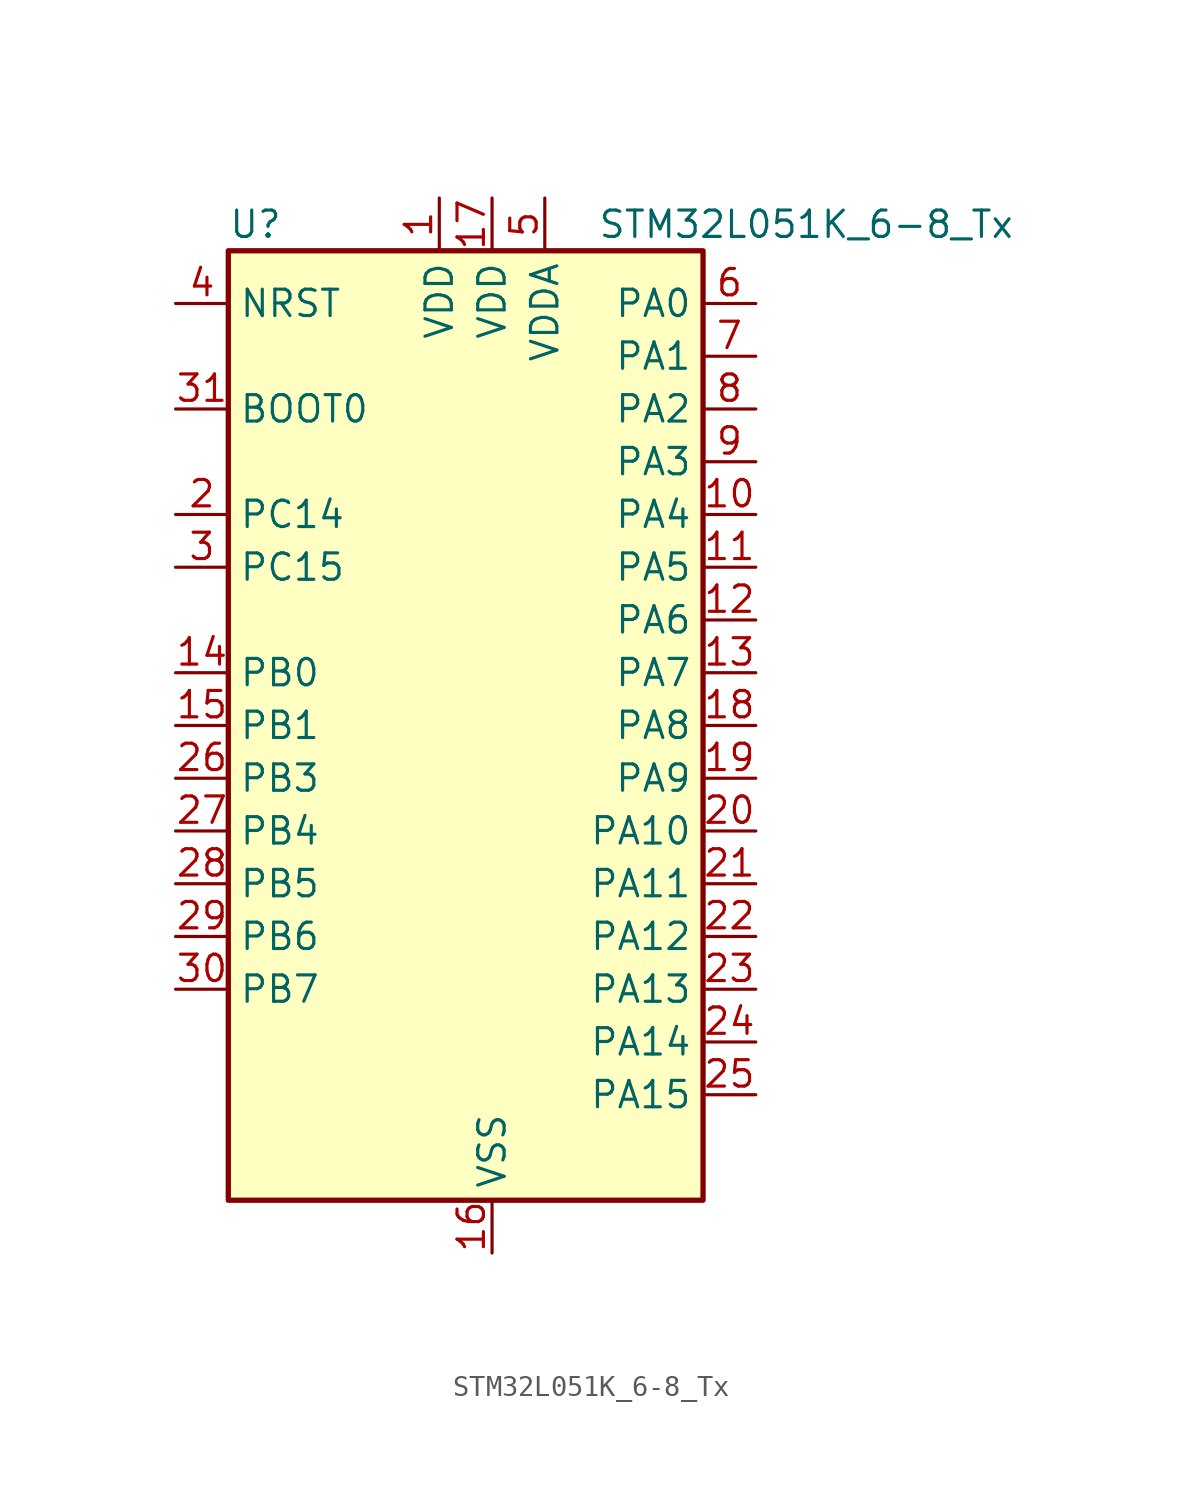
<source format=kicad_sym>
(kicad_symbol_lib
  (version 20231120)
  (generator "kicad_symbol_editor")
  (generator_version "8.0")
  (symbol "STM32L051K_6-8_Tx"
    (property "Reference" "U"
      (at -10.16 24.13 0)
      (effects (font (size 1.27 1.27)) (justify left)))
    (property "Value" "STM32L051K_6-8_Tx"
      (at 7.62 24.13 0)
      (effects (font (size 1.27 1.27)) (justify left)))
    (property "ki_locked" ""
      (at 0 0 0)
      (effects (font (size 1.27 1.27))))
    (symbol "STM32L051K_6-8_Tx_0_1"
      (rectangle (start -10.16 -22.86) (end 12.7 22.86) (stroke (width 0.254) (type default)) (fill (type background))))
    (symbol "STM32L051K_6-8_Tx_1_1"
      (pin power_in line (at 0 25.4 270) (length 2.54) (name "VDD" (effects (font (size 1.27 1.27)))) (number "1" (effects (font (size 1.27 1.27)))))
      (pin bidirectional line (at 15.24 10.16 180) (length 2.54) (name "PA4" (effects (font (size 1.27 1.27)))) (number "10" (effects (font (size 1.27 1.27)))) (alternate "ADC_IN4" bidirectional line) (alternate "COMP1_INM" bidirectional line) (alternate "COMP2_INM" bidirectional line) (alternate "SPI1_NSS" bidirectional line) (alternate "TIM22_ETR" bidirectional line) (alternate "USART2_CK" bidirectional line))
      (pin bidirectional line (at 15.24 7.62 180) (length 2.54) (name "PA5" (effects (font (size 1.27 1.27)))) (number "11" (effects (font (size 1.27 1.27)))) (alternate "ADC_IN5" bidirectional line) (alternate "COMP1_INM" bidirectional line) (alternate "COMP2_INM" bidirectional line) (alternate "SPI1_SCK" bidirectional line) (alternate "TIM2_CH1" bidirectional line) (alternate "TIM2_ETR" bidirectional line))
      (pin bidirectional line (at 15.24 5.08 180) (length 2.54) (name "PA6" (effects (font (size 1.27 1.27)))) (number "12" (effects (font (size 1.27 1.27)))) (alternate "ADC_IN6" bidirectional line) (alternate "COMP1_OUT" bidirectional line) (alternate "SPI1_MISO" bidirectional line) (alternate "TIM22_CH1" bidirectional line))
      (pin bidirectional line (at 15.24 2.54 180) (length 2.54) (name "PA7" (effects (font (size 1.27 1.27)))) (number "13" (effects (font (size 1.27 1.27)))) (alternate "ADC_IN7" bidirectional line) (alternate "COMP2_OUT" bidirectional line) (alternate "SPI1_MOSI" bidirectional line) (alternate "TIM22_CH2" bidirectional line))
      (pin bidirectional line (at -12.7 2.54 0) (length 2.54) (name "PB0" (effects (font (size 1.27 1.27)))) (number "14" (effects (font (size 1.27 1.27)))) (alternate "ADC_IN8" bidirectional line) (alternate "SYS_VREF_OUT_PB0" bidirectional line))
      (pin bidirectional line (at -12.7 0 0) (length 2.54) (name "PB1" (effects (font (size 1.27 1.27)))) (number "15" (effects (font (size 1.27 1.27)))) (alternate "ADC_IN9" bidirectional line) (alternate "SYS_VREF_OUT_PB1" bidirectional line))
      (pin power_in line (at 2.54 -25.4 90) (length 2.54) (name "VSS" (effects (font (size 1.27 1.27)))) (number "16" (effects (font (size 1.27 1.27)))))
      (pin power_in line (at 2.54 25.4 270) (length 2.54) (name "VDD" (effects (font (size 1.27 1.27)))) (number "17" (effects (font (size 1.27 1.27)))))
      (pin bidirectional line (at 15.24 0 180) (length 2.54) (name "PA8" (effects (font (size 1.27 1.27)))) (number "18" (effects (font (size 1.27 1.27)))) (alternate "RCC_MCO" bidirectional line) (alternate "USART1_CK" bidirectional line))
      (pin bidirectional line (at 15.24 -2.54 180) (length 2.54) (name "PA9" (effects (font (size 1.27 1.27)))) (number "19" (effects (font (size 1.27 1.27)))) (alternate "RCC_MCO" bidirectional line) (alternate "USART1_TX" bidirectional line))
      (pin bidirectional line (at -12.7 10.16 0) (length 2.54) (name "PC14" (effects (font (size 1.27 1.27)))) (number "2" (effects (font (size 1.27 1.27)))) (alternate "RCC_OSC32_IN" bidirectional line))
      (pin bidirectional line (at 15.24 -5.08 180) (length 2.54) (name "PA10" (effects (font (size 1.27 1.27)))) (number "20" (effects (font (size 1.27 1.27)))) (alternate "USART1_RX" bidirectional line))
      (pin bidirectional line (at 15.24 -7.62 180) (length 2.54) (name "PA11" (effects (font (size 1.27 1.27)))) (number "21" (effects (font (size 1.27 1.27)))) (alternate "ADC_EXTI11" bidirectional line) (alternate "COMP1_OUT" bidirectional line) (alternate "SPI1_MISO" bidirectional line) (alternate "USART1_CTS" bidirectional line))
      (pin bidirectional line (at 15.24 -10.16 180) (length 2.54) (name "PA12" (effects (font (size 1.27 1.27)))) (number "22" (effects (font (size 1.27 1.27)))) (alternate "COMP2_OUT" bidirectional line) (alternate "SPI1_MOSI" bidirectional line) (alternate "USART1_DE" bidirectional line) (alternate "USART1_RTS" bidirectional line))
      (pin bidirectional line (at 15.24 -12.7 180) (length 2.54) (name "PA13" (effects (font (size 1.27 1.27)))) (number "23" (effects (font (size 1.27 1.27)))) (alternate "SYS_SWDIO" bidirectional line))
      (pin bidirectional line (at 15.24 -15.24 180) (length 2.54) (name "PA14" (effects (font (size 1.27 1.27)))) (number "24" (effects (font (size 1.27 1.27)))) (alternate "SYS_SWCLK" bidirectional line) (alternate "USART2_TX" bidirectional line))
      (pin bidirectional line (at 15.24 -17.78 180) (length 2.54) (name "PA15" (effects (font (size 1.27 1.27)))) (number "25" (effects (font (size 1.27 1.27)))) (alternate "SPI1_NSS" bidirectional line) (alternate "TIM2_CH1" bidirectional line) (alternate "TIM2_ETR" bidirectional line) (alternate "USART2_RX" bidirectional line))
      (pin bidirectional line (at -12.7 -2.54 0) (length 2.54) (name "PB3" (effects (font (size 1.27 1.27)))) (number "26" (effects (font (size 1.27 1.27)))) (alternate "COMP2_INM" bidirectional line) (alternate "SPI1_SCK" bidirectional line) (alternate "TIM2_CH2" bidirectional line))
      (pin bidirectional line (at -12.7 -5.08 0) (length 2.54) (name "PB4" (effects (font (size 1.27 1.27)))) (number "27" (effects (font (size 1.27 1.27)))) (alternate "COMP2_INP" bidirectional line) (alternate "SPI1_MISO" bidirectional line) (alternate "TIM22_CH1" bidirectional line))
      (pin bidirectional line (at -12.7 -7.62 0) (length 2.54) (name "PB5" (effects (font (size 1.27 1.27)))) (number "28" (effects (font (size 1.27 1.27)))) (alternate "COMP2_INP" bidirectional line) (alternate "I2C1_SMBA" bidirectional line) (alternate "LPTIM1_IN1" bidirectional line) (alternate "SPI1_MOSI" bidirectional line) (alternate "TIM22_CH2" bidirectional line))
      (pin bidirectional line (at -12.7 -10.16 0) (length 2.54) (name "PB6" (effects (font (size 1.27 1.27)))) (number "29" (effects (font (size 1.27 1.27)))) (alternate "COMP2_INP" bidirectional line) (alternate "I2C1_SCL" bidirectional line) (alternate "LPTIM1_ETR" bidirectional line) (alternate "USART1_TX" bidirectional line))
      (pin bidirectional line (at -12.7 7.62 0) (length 2.54) (name "PC15" (effects (font (size 1.27 1.27)))) (number "3" (effects (font (size 1.27 1.27)))) (alternate "RCC_OSC32_OUT" bidirectional line))
      (pin bidirectional line (at -12.7 -12.7 0) (length 2.54) (name "PB7" (effects (font (size 1.27 1.27)))) (number "30" (effects (font (size 1.27 1.27)))) (alternate "COMP2_INP" bidirectional line) (alternate "I2C1_SDA" bidirectional line) (alternate "LPTIM1_IN2" bidirectional line) (alternate "SYS_PVD_IN" bidirectional line) (alternate "USART1_RX" bidirectional line))
      (pin input line (at -12.7 15.24 0) (length 2.54) (name "BOOT0" (effects (font (size 1.27 1.27)))) (number "31" (effects (font (size 1.27 1.27)))))
      (pin passive line (at 2.54 -25.4 90) (length 2.54) hide (name "VSS" (effects (font (size 1.27 1.27)))) (number "32" (effects (font (size 1.27 1.27)))))
      (pin input line (at -12.7 20.32 0) (length 2.54) (name "NRST" (effects (font (size 1.27 1.27)))) (number "4" (effects (font (size 1.27 1.27)))))
      (pin power_in line (at 5.08 25.4 270) (length 2.54) (name "VDDA" (effects (font (size 1.27 1.27)))) (number "5" (effects (font (size 1.27 1.27)))))
      (pin bidirectional line (at 15.24 20.32 180) (length 2.54) (name "PA0" (effects (font (size 1.27 1.27)))) (number "6" (effects (font (size 1.27 1.27)))) (alternate "ADC_IN0" bidirectional line) (alternate "COMP1_INM" bidirectional line) (alternate "COMP1_OUT" bidirectional line) (alternate "RTC_TAMP2" bidirectional line) (alternate "SYS_WKUP1" bidirectional line) (alternate "TIM2_CH1" bidirectional line) (alternate "TIM2_ETR" bidirectional line) (alternate "USART2_CTS" bidirectional line))
      (pin bidirectional line (at 15.24 17.78 180) (length 2.54) (name "PA1" (effects (font (size 1.27 1.27)))) (number "7" (effects (font (size 1.27 1.27)))) (alternate "ADC_IN1" bidirectional line) (alternate "COMP1_INP" bidirectional line) (alternate "TIM21_ETR" bidirectional line) (alternate "TIM2_CH2" bidirectional line) (alternate "USART2_DE" bidirectional line) (alternate "USART2_RTS" bidirectional line))
      (pin bidirectional line (at 15.24 15.24 180) (length 2.54) (name "PA2" (effects (font (size 1.27 1.27)))) (number "8" (effects (font (size 1.27 1.27)))) (alternate "ADC_IN2" bidirectional line) (alternate "COMP2_INM" bidirectional line) (alternate "COMP2_OUT" bidirectional line) (alternate "TIM21_CH1" bidirectional line) (alternate "TIM2_CH3" bidirectional line) (alternate "USART2_TX" bidirectional line))
      (pin bidirectional line (at 15.24 12.7 180) (length 2.54) (name "PA3" (effects (font (size 1.27 1.27)))) (number "9" (effects (font (size 1.27 1.27)))) (alternate "ADC_IN3" bidirectional line) (alternate "COMP2_INP" bidirectional line) (alternate "TIM21_CH2" bidirectional line) (alternate "TIM2_CH4" bidirectional line) (alternate "USART2_RX" bidirectional line)))))
</source>
